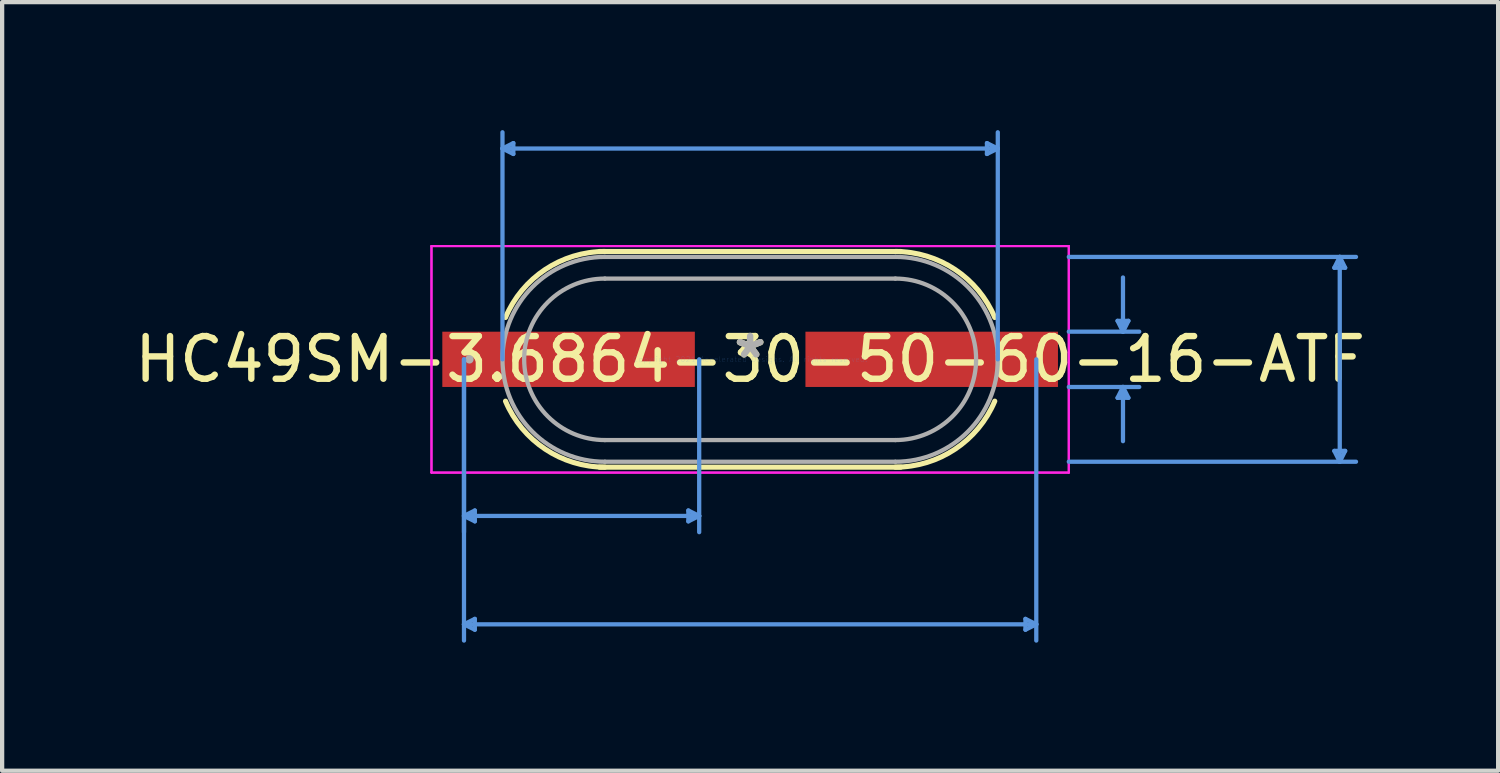
<source format=kicad_pcb>
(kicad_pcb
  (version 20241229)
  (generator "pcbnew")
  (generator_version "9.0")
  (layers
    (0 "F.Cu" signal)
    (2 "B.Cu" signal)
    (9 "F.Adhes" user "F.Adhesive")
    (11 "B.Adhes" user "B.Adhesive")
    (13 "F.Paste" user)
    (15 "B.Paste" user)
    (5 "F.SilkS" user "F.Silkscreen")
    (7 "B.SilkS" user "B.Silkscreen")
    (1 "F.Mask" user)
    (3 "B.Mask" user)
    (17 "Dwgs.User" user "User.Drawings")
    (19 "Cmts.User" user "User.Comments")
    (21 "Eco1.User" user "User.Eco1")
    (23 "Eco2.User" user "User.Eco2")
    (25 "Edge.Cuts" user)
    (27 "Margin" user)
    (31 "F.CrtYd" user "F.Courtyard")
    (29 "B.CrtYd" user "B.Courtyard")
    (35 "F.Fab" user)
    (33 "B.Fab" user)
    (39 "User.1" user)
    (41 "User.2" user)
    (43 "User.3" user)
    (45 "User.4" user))
  (footprint "HC49SM-3.6864-30-50-60-16-ATF"
    (layer "F.Cu")
    (at 14.53 5.371)
    (property "Reference" "HC49SM-3.6864-30-50-60-16-ATF" (at 0 0 0) (layer "F.SilkS") (effects (font (size 1 1) (thickness 0.15))))
    (attr through_hole)
    (fp_line (start -3.531 -2.527) (end 3.531 -2.527) (stroke (width 0.12) (type solid)) (layer "F.SilkS"))
    (fp_line (start 3.531 2.527) (end -3.531 2.527) (stroke (width 0.12) (type solid)) (layer "F.SilkS"))
    (fp_arc (start -5.732974 -0.98044) (mid -4.801702 -2.105364) (end -3.4036 -2.5273) (stroke (width 0.12) (type solid)) (layer "F.SilkS"))
    (fp_arc (start -3.403599 2.5273) (mid -4.801701 2.105364) (end -5.732973 0.980442) (stroke (width 0.12) (type solid)) (layer "F.SilkS"))
    (fp_arc (start 3.4036 -2.5273) (mid 4.801702 -2.105364) (end 5.732974 -0.98044) (stroke (width 0.12) (type solid)) (layer "F.SilkS"))
    (fp_arc (start 5.732974 0.98044) (mid 4.801702 2.105364) (end 3.4036 2.5273) (stroke (width 0.12) (type solid)) (layer "F.SilkS"))
    (fp_line (start -6.706 0) (end -6.706 4.051) (stroke (width 0.1) (type solid)) (layer "Cmts.User"))
    (fp_line (start -6.706 0) (end -6.706 6.591) (stroke (width 0.1) (type solid)) (layer "Cmts.User"))
    (fp_line (start -6.706 3.67) (end -6.452 3.543) (stroke (width 0.1) (type solid)) (layer "Cmts.User"))
    (fp_line (start -6.706 3.67) (end -6.452 3.797) (stroke (width 0.1) (type solid)) (layer "Cmts.User"))
    (fp_line (start -6.706 3.67) (end -1.194 3.67) (stroke (width 0.1) (type solid)) (layer "Cmts.User"))
    (fp_line (start -6.706 6.21) (end -6.452 6.083) (stroke (width 0.1) (type solid)) (layer "Cmts.User"))
    (fp_line (start -6.706 6.21) (end -6.452 6.337) (stroke (width 0.1) (type solid)) (layer "Cmts.User"))
    (fp_line (start -6.706 6.21) (end 6.706 6.21) (stroke (width 0.1) (type solid)) (layer "Cmts.User"))
    (fp_line (start -6.452 3.543) (end -6.452 3.797) (stroke (width 0.1) (type solid)) (layer "Cmts.User"))
    (fp_line (start -6.452 6.083) (end -6.452 6.337) (stroke (width 0.1) (type solid)) (layer "Cmts.User"))
    (fp_line (start -5.804 -4.94) (end -5.55 -5.067) (stroke (width 0.1) (type solid)) (layer "Cmts.User"))
    (fp_line (start -5.804 -4.94) (end -5.55 -4.813) (stroke (width 0.1) (type solid)) (layer "Cmts.User"))
    (fp_line (start -5.804 -4.94) (end 5.804 -4.94) (stroke (width 0.1) (type solid)) (layer "Cmts.User"))
    (fp_line (start -5.804 0) (end -5.804 -5.321) (stroke (width 0.1) (type solid)) (layer "Cmts.User"))
    (fp_line (start -5.55 -5.067) (end -5.55 -4.813) (stroke (width 0.1) (type solid)) (layer "Cmts.User"))
    (fp_line (start -1.448 3.543) (end -1.448 3.797) (stroke (width 0.1) (type solid)) (layer "Cmts.User"))
    (fp_line (start -1.194 0) (end -1.194 4.051) (stroke (width 0.1) (type solid)) (layer "Cmts.User"))
    (fp_line (start -1.194 3.67) (end -1.448 3.543) (stroke (width 0.1) (type solid)) (layer "Cmts.User"))
    (fp_line (start -1.194 3.67) (end -1.448 3.797) (stroke (width 0.1) (type solid)) (layer "Cmts.User"))
    (fp_line (start 5.55 -5.067) (end 5.55 -4.813) (stroke (width 0.1) (type solid)) (layer "Cmts.User"))
    (fp_line (start 5.804 -4.94) (end 5.55 -5.067) (stroke (width 0.1) (type solid)) (layer "Cmts.User"))
    (fp_line (start 5.804 -4.94) (end 5.55 -4.813) (stroke (width 0.1) (type solid)) (layer "Cmts.User"))
    (fp_line (start 5.804 0) (end 5.804 -5.321) (stroke (width 0.1) (type solid)) (layer "Cmts.User"))
    (fp_line (start 6.452 6.083) (end 6.452 6.337) (stroke (width 0.1) (type solid)) (layer "Cmts.User"))
    (fp_line (start 6.706 0) (end 6.706 6.591) (stroke (width 0.1) (type solid)) (layer "Cmts.User"))
    (fp_line (start 6.706 6.21) (end 6.452 6.083) (stroke (width 0.1) (type solid)) (layer "Cmts.User"))
    (fp_line (start 6.706 6.21) (end 6.452 6.337) (stroke (width 0.1) (type solid)) (layer "Cmts.User"))
    (fp_line (start 7.468 -2.4) (end 14.199 -2.4) (stroke (width 0.1) (type solid)) (layer "Cmts.User"))
    (fp_line (start 7.468 -0.648) (end 9.119 -0.648) (stroke (width 0.1) (type solid)) (layer "Cmts.User"))
    (fp_line (start 7.468 0.648) (end 9.119 0.648) (stroke (width 0.1) (type solid)) (layer "Cmts.User"))
    (fp_line (start 7.468 2.4) (end 14.199 2.4) (stroke (width 0.1) (type solid)) (layer "Cmts.User"))
    (fp_line (start 8.611 -0.902) (end 8.865 -0.902) (stroke (width 0.1) (type solid)) (layer "Cmts.User"))
    (fp_line (start 8.611 0.902) (end 8.865 0.902) (stroke (width 0.1) (type solid)) (layer "Cmts.User"))
    (fp_line (start 8.738 -0.648) (end 8.611 -0.902) (stroke (width 0.1) (type solid)) (layer "Cmts.User"))
    (fp_line (start 8.738 -0.648) (end 8.738 -1.918) (stroke (width 0.1) (type solid)) (layer "Cmts.User"))
    (fp_line (start 8.738 -0.648) (end 8.865 -0.902) (stroke (width 0.1) (type solid)) (layer "Cmts.User"))
    (fp_line (start 8.738 0.648) (end 8.611 0.902) (stroke (width 0.1) (type solid)) (layer "Cmts.User"))
    (fp_line (start 8.738 0.648) (end 8.738 1.918) (stroke (width 0.1) (type solid)) (layer "Cmts.User"))
    (fp_line (start 8.738 0.648) (end 8.865 0.902) (stroke (width 0.1) (type solid)) (layer "Cmts.User"))
    (fp_line (start 13.691 -2.146) (end 13.945 -2.146) (stroke (width 0.1) (type solid)) (layer "Cmts.User"))
    (fp_line (start 13.691 2.146) (end 13.945 2.146) (stroke (width 0.1) (type solid)) (layer "Cmts.User"))
    (fp_line (start 13.818 -2.4) (end 13.691 -2.146) (stroke (width 0.1) (type solid)) (layer "Cmts.User"))
    (fp_line (start 13.818 -2.4) (end 13.818 2.4) (stroke (width 0.1) (type solid)) (layer "Cmts.User"))
    (fp_line (start 13.818 -2.4) (end 13.945 -2.146) (stroke (width 0.1) (type solid)) (layer "Cmts.User"))
    (fp_line (start 13.818 2.4) (end 13.691 2.146) (stroke (width 0.1) (type solid)) (layer "Cmts.User"))
    (fp_line (start 13.818 2.4) (end 13.945 2.146) (stroke (width 0.1) (type solid)) (layer "Cmts.User"))
    (fp_line (start -7.468 -2.654) (end 7.468 -2.654) (stroke (width 0.05) (type solid)) (layer "F.CrtYd"))
    (fp_line (start -7.468 -2.654) (end 7.468 -2.654) (stroke (width 0.05) (type solid)) (layer "F.CrtYd"))
    (fp_line (start -7.468 2.654) (end -7.468 -2.654) (stroke (width 0.05) (type solid)) (layer "F.CrtYd"))
    (fp_line (start -7.468 2.654) (end -7.468 -2.654) (stroke (width 0.05) (type solid)) (layer "F.CrtYd"))
    (fp_line (start 7.468 -2.654) (end 7.468 2.654) (stroke (width 0.05) (type solid)) (layer "F.CrtYd"))
    (fp_line (start 7.468 -2.654) (end 7.468 2.654) (stroke (width 0.05) (type solid)) (layer "F.CrtYd"))
    (fp_line (start 7.468 2.654) (end -7.468 2.654) (stroke (width 0.05) (type solid)) (layer "F.CrtYd"))
    (fp_line (start 7.468 2.654) (end -7.468 2.654) (stroke (width 0.05) (type solid)) (layer "F.CrtYd"))
    (fp_line (start -3.404 -2.4) (end 3.404 -2.4) (stroke (width 0.1) (type solid)) (layer "F.Fab"))
    (fp_line (start -3.404 -1.892) (end 3.404 -1.892) (stroke (width 0.1) (type solid)) (layer "F.Fab"))
    (fp_line (start 3.404 1.892) (end -3.404 1.892) (stroke (width 0.1) (type solid)) (layer "F.Fab"))
    (fp_line (start 3.404 2.4) (end -3.404 2.4) (stroke (width 0.1) (type solid)) (layer "F.Fab"))
    (fp_arc (start -3.4036 1.8923) (mid -5.2959 0) (end -3.4036 -1.8923) (stroke (width 0.1) (type solid)) (layer "F.Fab"))
    (fp_arc (start -3.4036 2.4003) (mid -5.8039 0) (end -3.4036 -2.4003) (stroke (width 0.1) (type solid)) (layer "F.Fab"))
    (fp_arc (start 3.4036 -2.4003) (mid 5.8039 0) (end 3.4036 2.4003) (stroke (width 0.1) (type solid)) (layer "F.Fab"))
    (fp_arc (start 3.4036 -1.8923) (mid 5.2959 0) (end 3.4036 1.8923) (stroke (width 0.1) (type solid)) (layer "F.Fab"))
    (fp_circle (center -6.579 0) (end -6.579 0) (stroke (width 0.1) (type solid)) (fill no) (layer "F.Fab"))
    (fp_text user "*" (at 0 0 0) (layer "F.SilkS") (effects (font (size 1 1) (thickness 0.15))))
    (fp_text user "Copyright 2021 Accelerated Designs. All rights reserved." (at 0 0 0) (layer "Cmts.User") (effects (font (size 0.127 0.127) (thickness 0.002))))
    (fp_text user "*" (at 0 0 0) (layer "F.Fab") (effects (font (size 1 1) (thickness 0.15))))
    (pad "1" smd rect (at -4.255 0 90) (size 1.295 5.918) (layers "F.Cu" "F.Mask" "F.Paste"))
    (pad "2" smd rect (at 4.255 0 90) (size 1.295 5.918) (layers "F.Cu" "F.Mask" "F.Paste")))
  (gr_rect
    (start -3 -3)
    (end 32.06 15.013)
    (stroke (width 0.1) (type default))
    (fill no)
    (layer "Edge.Cuts")))
</source>
